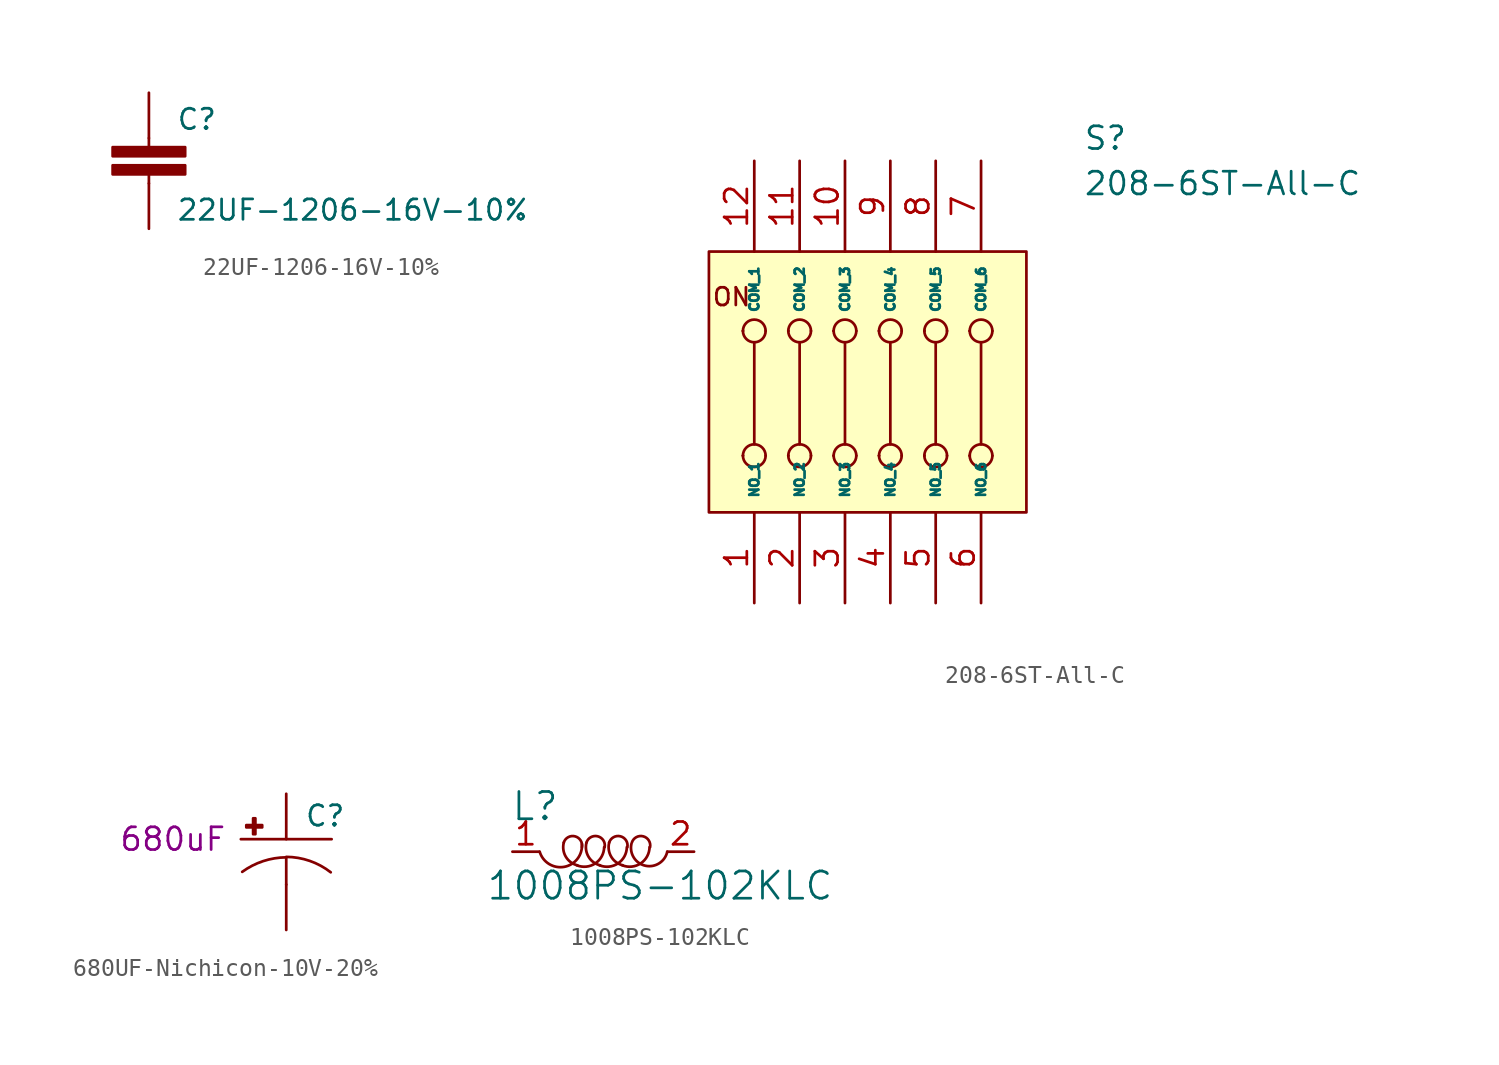
<source format=kicad_sym>
(kicad_symbol_lib
  (version 20211014)
  (generator kicad_symbol_editor)
  (symbol "22UF-1206-16V-10%"
    (pin_numbers hide)
    (pin_names
      (offset 1.016) hide)
    (property "Reference" "C"
      (at 1.524 2.921 0)
      (effects (font (size 1.143 1.143)) (justify left bottom)))
    (property "Value" "22UF-1206-16V-10%"
      (at 1.524 -2.159 0)
      (effects (font (size 1.143 1.143)) (justify left bottom)))
    (symbol "22UF-1206-16V-10%_1_0"
      (polyline (pts (xy 0 0) (xy 0 0.508)) (stroke (width 0) (type default) (color 0 0 0 0)) (fill (type none)))
      (polyline (pts (xy 0 2.54) (xy 0 2.032)) (stroke (width 0) (type default) (color 0 0 0 0)) (fill (type none))))
    (symbol "22UF-1206-16V-10%_1_1"
      (rectangle (start -2.032 0.508) (end 2.032 1.016) (stroke (width 0) (type default) (color 0 0 0 0)) (fill (type outline)))
      (rectangle (start -2.032 1.524) (end 2.032 2.032) (stroke (width 0) (type default) (color 0 0 0 0)) (fill (type outline)))
      (pin passive line (at 0 5.08 270) (length 2.54) (name "1" (effects (font (size 1.016 1.016)))) (number "1" (effects (font (size 1.016 1.016)))))
      (pin passive line (at 0 -2.54 90) (length 2.54) (name "2" (effects (font (size 1.016 1.016)))) (number "2" (effects (font (size 1.016 1.016)))))))
  (symbol "208-6ST-All-C"
    (pin_names
      (offset 0.762))
    (property "Reference" "S"
      (at 11.43 13.97 0)
      (effects (font (size 1.27 1.27)) (justify left)))
    (property "Value" "208-6ST-All-C"
      (at 11.43 11.43 0)
      (effects (font (size 1.27 1.27)) (justify left)))
    (symbol "208-6ST-All-C_0_0"
      (text "ON" (at -8.255 5.08 0) (effects (font (size 0.991 0.991))))
      (pin passive line (at -6.985 -12.065 90) (length 5.08) (name "NO_1" (effects (font (size 0.508 0.508)))) (number "1" (effects (font (size 1.27 1.27)))))
      (pin passive line (at -1.905 12.7 270) (length 5.08) (name "COM_3" (effects (font (size 0.508 0.508)))) (number "10" (effects (font (size 1.27 1.27)))))
      (pin passive line (at -4.445 12.7 270) (length 5.08) (name "COM_2" (effects (font (size 0.508 0.508)))) (number "11" (effects (font (size 1.27 1.27)))))
      (pin passive line (at -6.985 12.7 270) (length 5.08) (name "COM_1" (effects (font (size 0.508 0.508)))) (number "12" (effects (font (size 1.27 1.27)))))
      (pin passive line (at -4.445 -12.065 90) (length 5.08) (name "NO_2" (effects (font (size 0.508 0.508)))) (number "2" (effects (font (size 1.27 1.27)))))
      (pin passive line (at -1.905 -12.065 90) (length 5.08) (name "NO_3" (effects (font (size 0.508 0.508)))) (number "3" (effects (font (size 1.27 1.27)))))
      (pin passive line (at 0.635 -12.065 90) (length 5.08) (name "NO_4" (effects (font (size 0.508 0.508)))) (number "4" (effects (font (size 1.27 1.27)))))
      (pin passive line (at 3.175 -12.065 90) (length 5.08) (name "NO_5" (effects (font (size 0.508 0.508)))) (number "5" (effects (font (size 1.27 1.27)))))
      (pin passive line (at 5.715 -12.065 90) (length 5.08) (name "NO_6" (effects (font (size 0.508 0.508)))) (number "6" (effects (font (size 1.27 1.27)))))
      (pin passive line (at 5.715 12.7 270) (length 5.08) (name "COM_6" (effects (font (size 0.508 0.508)))) (number "7" (effects (font (size 1.27 1.27)))))
      (pin passive line (at 3.175 12.7 270) (length 5.08) (name "COM_5" (effects (font (size 0.508 0.508)))) (number "8" (effects (font (size 1.27 1.27)))))
      (pin passive line (at 0.635 12.7 270) (length 5.08) (name "COM_4" (effects (font (size 0.508 0.508)))) (number "9" (effects (font (size 1.27 1.27))))))
    (symbol "208-6ST-All-C_0_1"
      (arc (start -7.62 -3.81) (mid -7.62 -3.81) (end -7.62 -3.81) (stroke (width 0.1524) (type default) (color 0 0 0 0)) (fill (type none)))
      (arc (start -7.62 -3.81) (mid -6.985 -4.445) (end -6.35 -3.81) (stroke (width 0.1524) (type default) (color 0 0 0 0)) (fill (type none)))
      (arc (start -6.35 -3.81) (mid -6.985 -3.175) (end -7.62 -3.81) (stroke (width 0.1524) (type default) (color 0 0 0 0)) (fill (type none)))
      (polyline (pts (xy -6.985 -3.175) (xy -6.985 2.54)) (stroke (width 0.152) (type default) (color 0 0 0 0)) (fill (type none)))
      (polyline (pts (xy -4.445 -3.175) (xy -4.445 2.54)) (stroke (width 0.152) (type default) (color 0 0 0 0)) (fill (type none)))
      (polyline (pts (xy -1.905 -3.175) (xy -1.905 2.54)) (stroke (width 0.152) (type default) (color 0 0 0 0)) (fill (type none)))
      (polyline (pts (xy 0.635 -3.175) (xy 0.635 2.54)) (stroke (width 0.152) (type default) (color 0 0 0 0)) (fill (type none)))
      (polyline (pts (xy 3.175 -3.175) (xy 3.175 2.54)) (stroke (width 0.152) (type default) (color 0 0 0 0)) (fill (type none)))
      (polyline (pts (xy 5.715 -3.175) (xy 5.715 2.54)) (stroke (width 0.152) (type default) (color 0 0 0 0)) (fill (type none)))
      (polyline (pts (xy -9.525 -6.985) (xy -9.525 7.62) (xy 8.255 7.62) (xy 8.255 -6.985) (xy -9.525 -6.985)) (stroke (width 0.152) (type default) (color 0 0 0 0)) (fill (type background))))
    (symbol "208-6ST-All-C_1_1"
      (arc (start -7.62 3.175) (mid -7.62 3.175) (end -7.62 3.175) (stroke (width 0.1524) (type default) (color 0 0 0 0)) (fill (type none)))
      (arc (start -7.62 3.175) (mid -6.985 2.54) (end -6.35 3.175) (stroke (width 0.1524) (type default) (color 0 0 0 0)) (fill (type none)))
      (arc (start -6.35 3.175) (mid -6.985 3.81) (end -7.62 3.175) (stroke (width 0.1524) (type default) (color 0 0 0 0)) (fill (type none)))
      (arc (start -5.08 -3.81) (mid -5.08 -3.81) (end -5.08 -3.81) (stroke (width 0.1524) (type default) (color 0 0 0 0)) (fill (type none)))
      (arc (start -5.08 -3.81) (mid -4.445 -4.445) (end -3.81 -3.81) (stroke (width 0.1524) (type default) (color 0 0 0 0)) (fill (type none)))
      (arc (start -5.08 3.175) (mid -5.08 3.175) (end -5.08 3.175) (stroke (width 0.1524) (type default) (color 0 0 0 0)) (fill (type none)))
      (arc (start -5.08 3.175) (mid -4.445 2.54) (end -3.81 3.175) (stroke (width 0.1524) (type default) (color 0 0 0 0)) (fill (type none)))
      (arc (start -3.81 -3.81) (mid -4.445 -3.175) (end -5.08 -3.81) (stroke (width 0.1524) (type default) (color 0 0 0 0)) (fill (type none)))
      (arc (start -3.81 3.175) (mid -4.445 3.81) (end -5.08 3.175) (stroke (width 0.1524) (type default) (color 0 0 0 0)) (fill (type none)))
      (arc (start -2.54 -3.81) (mid -2.54 -3.81) (end -2.54 -3.81) (stroke (width 0.1524) (type default) (color 0 0 0 0)) (fill (type none)))
      (arc (start -2.54 -3.81) (mid -1.905 -4.445) (end -1.27 -3.81) (stroke (width 0.1524) (type default) (color 0 0 0 0)) (fill (type none)))
      (arc (start -2.54 3.175) (mid -2.54 3.175) (end -2.54 3.175) (stroke (width 0.1524) (type default) (color 0 0 0 0)) (fill (type none)))
      (arc (start -2.54 3.175) (mid -1.905 2.54) (end -1.27 3.175) (stroke (width 0.1524) (type default) (color 0 0 0 0)) (fill (type none)))
      (arc (start -1.27 -3.81) (mid -1.905 -3.175) (end -2.54 -3.81) (stroke (width 0.1524) (type default) (color 0 0 0 0)) (fill (type none)))
      (arc (start -1.27 3.175) (mid -1.905 3.81) (end -2.54 3.175) (stroke (width 0.1524) (type default) (color 0 0 0 0)) (fill (type none)))
      (arc (start 0 -3.81) (mid 0 -3.81) (end 0 -3.81) (stroke (width 0.1524) (type default) (color 0 0 0 0)) (fill (type none)))
      (arc (start 0 -3.81) (mid 0.635 -4.445) (end 1.27 -3.81) (stroke (width 0.1524) (type default) (color 0 0 0 0)) (fill (type none)))
      (arc (start 0 3.175) (mid 0 3.175) (end 0 3.175) (stroke (width 0.1524) (type default) (color 0 0 0 0)) (fill (type none)))
      (arc (start 0 3.175) (mid 0.635 2.54) (end 1.27 3.175) (stroke (width 0.1524) (type default) (color 0 0 0 0)) (fill (type none)))
      (arc (start 1.27 -3.81) (mid 0.635 -3.175) (end 0 -3.81) (stroke (width 0.1524) (type default) (color 0 0 0 0)) (fill (type none)))
      (arc (start 1.27 3.175) (mid 0.635 3.81) (end 0 3.175) (stroke (width 0.1524) (type default) (color 0 0 0 0)) (fill (type none)))
      (arc (start 2.54 -3.81) (mid 2.54 -3.81) (end 2.54 -3.81) (stroke (width 0.1524) (type default) (color 0 0 0 0)) (fill (type none)))
      (arc (start 2.54 -3.81) (mid 3.175 -4.445) (end 3.81 -3.81) (stroke (width 0.1524) (type default) (color 0 0 0 0)) (fill (type none)))
      (arc (start 2.54 3.175) (mid 2.54 3.175) (end 2.54 3.175) (stroke (width 0.1524) (type default) (color 0 0 0 0)) (fill (type none)))
      (arc (start 2.54 3.175) (mid 3.175 2.54) (end 3.81 3.175) (stroke (width 0.1524) (type default) (color 0 0 0 0)) (fill (type none)))
      (arc (start 3.81 -3.81) (mid 3.175 -3.175) (end 2.54 -3.81) (stroke (width 0.1524) (type default) (color 0 0 0 0)) (fill (type none)))
      (arc (start 3.81 3.175) (mid 3.175 3.81) (end 2.54 3.175) (stroke (width 0.1524) (type default) (color 0 0 0 0)) (fill (type none)))
      (arc (start 5.08 -3.81) (mid 5.08 -3.81) (end 5.08 -3.81) (stroke (width 0.1524) (type default) (color 0 0 0 0)) (fill (type none)))
      (arc (start 5.08 -3.81) (mid 5.715 -4.445) (end 6.35 -3.81) (stroke (width 0.1524) (type default) (color 0 0 0 0)) (fill (type none)))
      (arc (start 5.08 3.175) (mid 5.08 3.175) (end 5.08 3.175) (stroke (width 0.1524) (type default) (color 0 0 0 0)) (fill (type none)))
      (arc (start 5.08 3.175) (mid 5.715 2.54) (end 6.35 3.175) (stroke (width 0.1524) (type default) (color 0 0 0 0)) (fill (type none)))
      (arc (start 6.35 -3.81) (mid 5.715 -3.175) (end 5.08 -3.81) (stroke (width 0.1524) (type default) (color 0 0 0 0)) (fill (type none)))
      (arc (start 6.35 3.175) (mid 5.715 3.81) (end 5.08 3.175) (stroke (width 0.1524) (type default) (color 0 0 0 0)) (fill (type none)))))
  (symbol "680UF-Nichicon-10V-20%"
    (pin_numbers hide)
    (pin_names
      (offset 1.016) hide)
    (property "Reference" "C"
      (at 1.016 0.635 0)
      (effects (font (size 1.143 1.143)) (justify left bottom)))
    (property "Capacitance" "680uF"
      (at -6.35 0 0)
      (effects (font (size 1.27 1.27))))
    (symbol "680UF-Nichicon-10V-20%_1_0"
      (polyline (pts (xy -2.54 0) (xy 2.54 0)) (stroke (width 0) (type default) (color 0 0 0 0)) (fill (type none)))
      (polyline (pts (xy 0 -1.016) (xy 0 -2.54)) (stroke (width 0) (type default) (color 0 0 0 0)) (fill (type none))))
    (symbol "680UF-Nichicon-10V-20%_1_1"
      (rectangle (start -2.235 0.66) (end -1.346 0.787) (stroke (width 0) (type default) (color 0 0 0 0)) (fill (type outline)))
      (rectangle (start -1.854 0.279) (end -1.727 1.168) (stroke (width 0) (type default) (color 0 0 0 0)) (fill (type outline)))
      (arc (start 0 -1.016) (mid -1.2939 -1.2289) (end -2.4638 -1.8288) (stroke (width 0) (type default) (color 0 0 0 0)) (fill (type none)))
      (arc (start 2.4892 -1.8542) (mid 1.3167 -1.2157) (end 0 -0.9906) (stroke (width 0) (type default) (color 0 0 0 0)) (fill (type none)))
      (pin passive line (at 0 2.54 270) (length 2.54) (name "+" (effects (font (size 1.016 1.016)))) (number "+" (effects (font (size 1.016 1.016)))))
      (pin passive line (at 0 -5.08 90) (length 2.54) (name "-" (effects (font (size 1.016 1.016)))) (number "-" (effects (font (size 1.016 1.016)))))))
  (symbol "1008PS-102KLC"
    (pin_names
      (offset 1.016))
    (property "Reference" "L"
      (at -3.81 2.54 0)
      (effects (font (size 1.524 1.524))))
    (property "Value" "1008PS-102KLC"
      (at 3.175 -1.905 0)
      (effects (font (size 1.524 1.524))))
    (symbol "1008PS-102KLC_0_1"
      (arc (start -3.556 0) (mid -2.1694 -0.8461) (end -1.1938 0.4318) (stroke (width 0) (type default) (color 0 0 0 0)) (fill (type none)))
      (arc (start -2.2098 0.508) (mid -2.0918 -0.2848) (end -1.4478 -0.762) (stroke (width 0) (type default) (color 0 0 0 0)) (fill (type none)))
      (arc (start -1.4732 -0.762) (mid -0.4347 -0.6489) (end 0.0508 0.254) (stroke (width 0) (type default) (color 0 0 0 0)) (fill (type none)))
      (arc (start -1.1938 0.254) (mid -1.5764 0.8583) (end -2.2098 0.508) (stroke (width 0) (type default) (color 0 0 0 0)) (fill (type none)))
      (arc (start -0.9398 0.508) (mid -0.8218 -0.2848) (end -0.1778 -0.762) (stroke (width 0) (type default) (color 0 0 0 0)) (fill (type none)))
      (arc (start -0.2032 -0.762) (mid 0.8353 -0.6489) (end 1.3208 0.254) (stroke (width 0) (type default) (color 0 0 0 0)) (fill (type none)))
      (arc (start 0.0762 0.254) (mid -0.3064 0.8583) (end -0.9398 0.508) (stroke (width 0) (type default) (color 0 0 0 0)) (fill (type none)))
      (arc (start 0.3302 0.508) (mid 0.4482 -0.2848) (end 1.0922 -0.762) (stroke (width 0) (type default) (color 0 0 0 0)) (fill (type none)))
      (arc (start 1.0668 -0.762) (mid 2.1053 -0.6489) (end 2.5908 0.254) (stroke (width 0) (type default) (color 0 0 0 0)) (fill (type none)))
      (arc (start 1.3462 0.254) (mid 0.9636 0.8583) (end 0.3302 0.508) (stroke (width 0) (type default) (color 0 0 0 0)) (fill (type none)))
      (arc (start 1.5748 0.4318) (mid 2.3727 -0.7843) (end 3.5814 0) (stroke (width 0) (type default) (color 0 0 0 0)) (fill (type none)))
      (arc (start 2.6162 0.254) (mid 2.2336 0.8583) (end 1.6002 0.508) (stroke (width 0) (type default) (color 0 0 0 0)) (fill (type none))))
    (symbol "1008PS-102KLC_1_1"
      (pin passive line (at -5.08 0 0) (length 1.499) (name "~" (effects (font (size 1.27 1.27)))) (number "1" (effects (font (size 1.27 1.27)))))
      (pin passive line (at 5.08 0 180) (length 1.499) (name "~" (effects (font (size 1.27 1.27)))) (number "2" (effects (font (size 1.27 1.27))))))))
</source>
